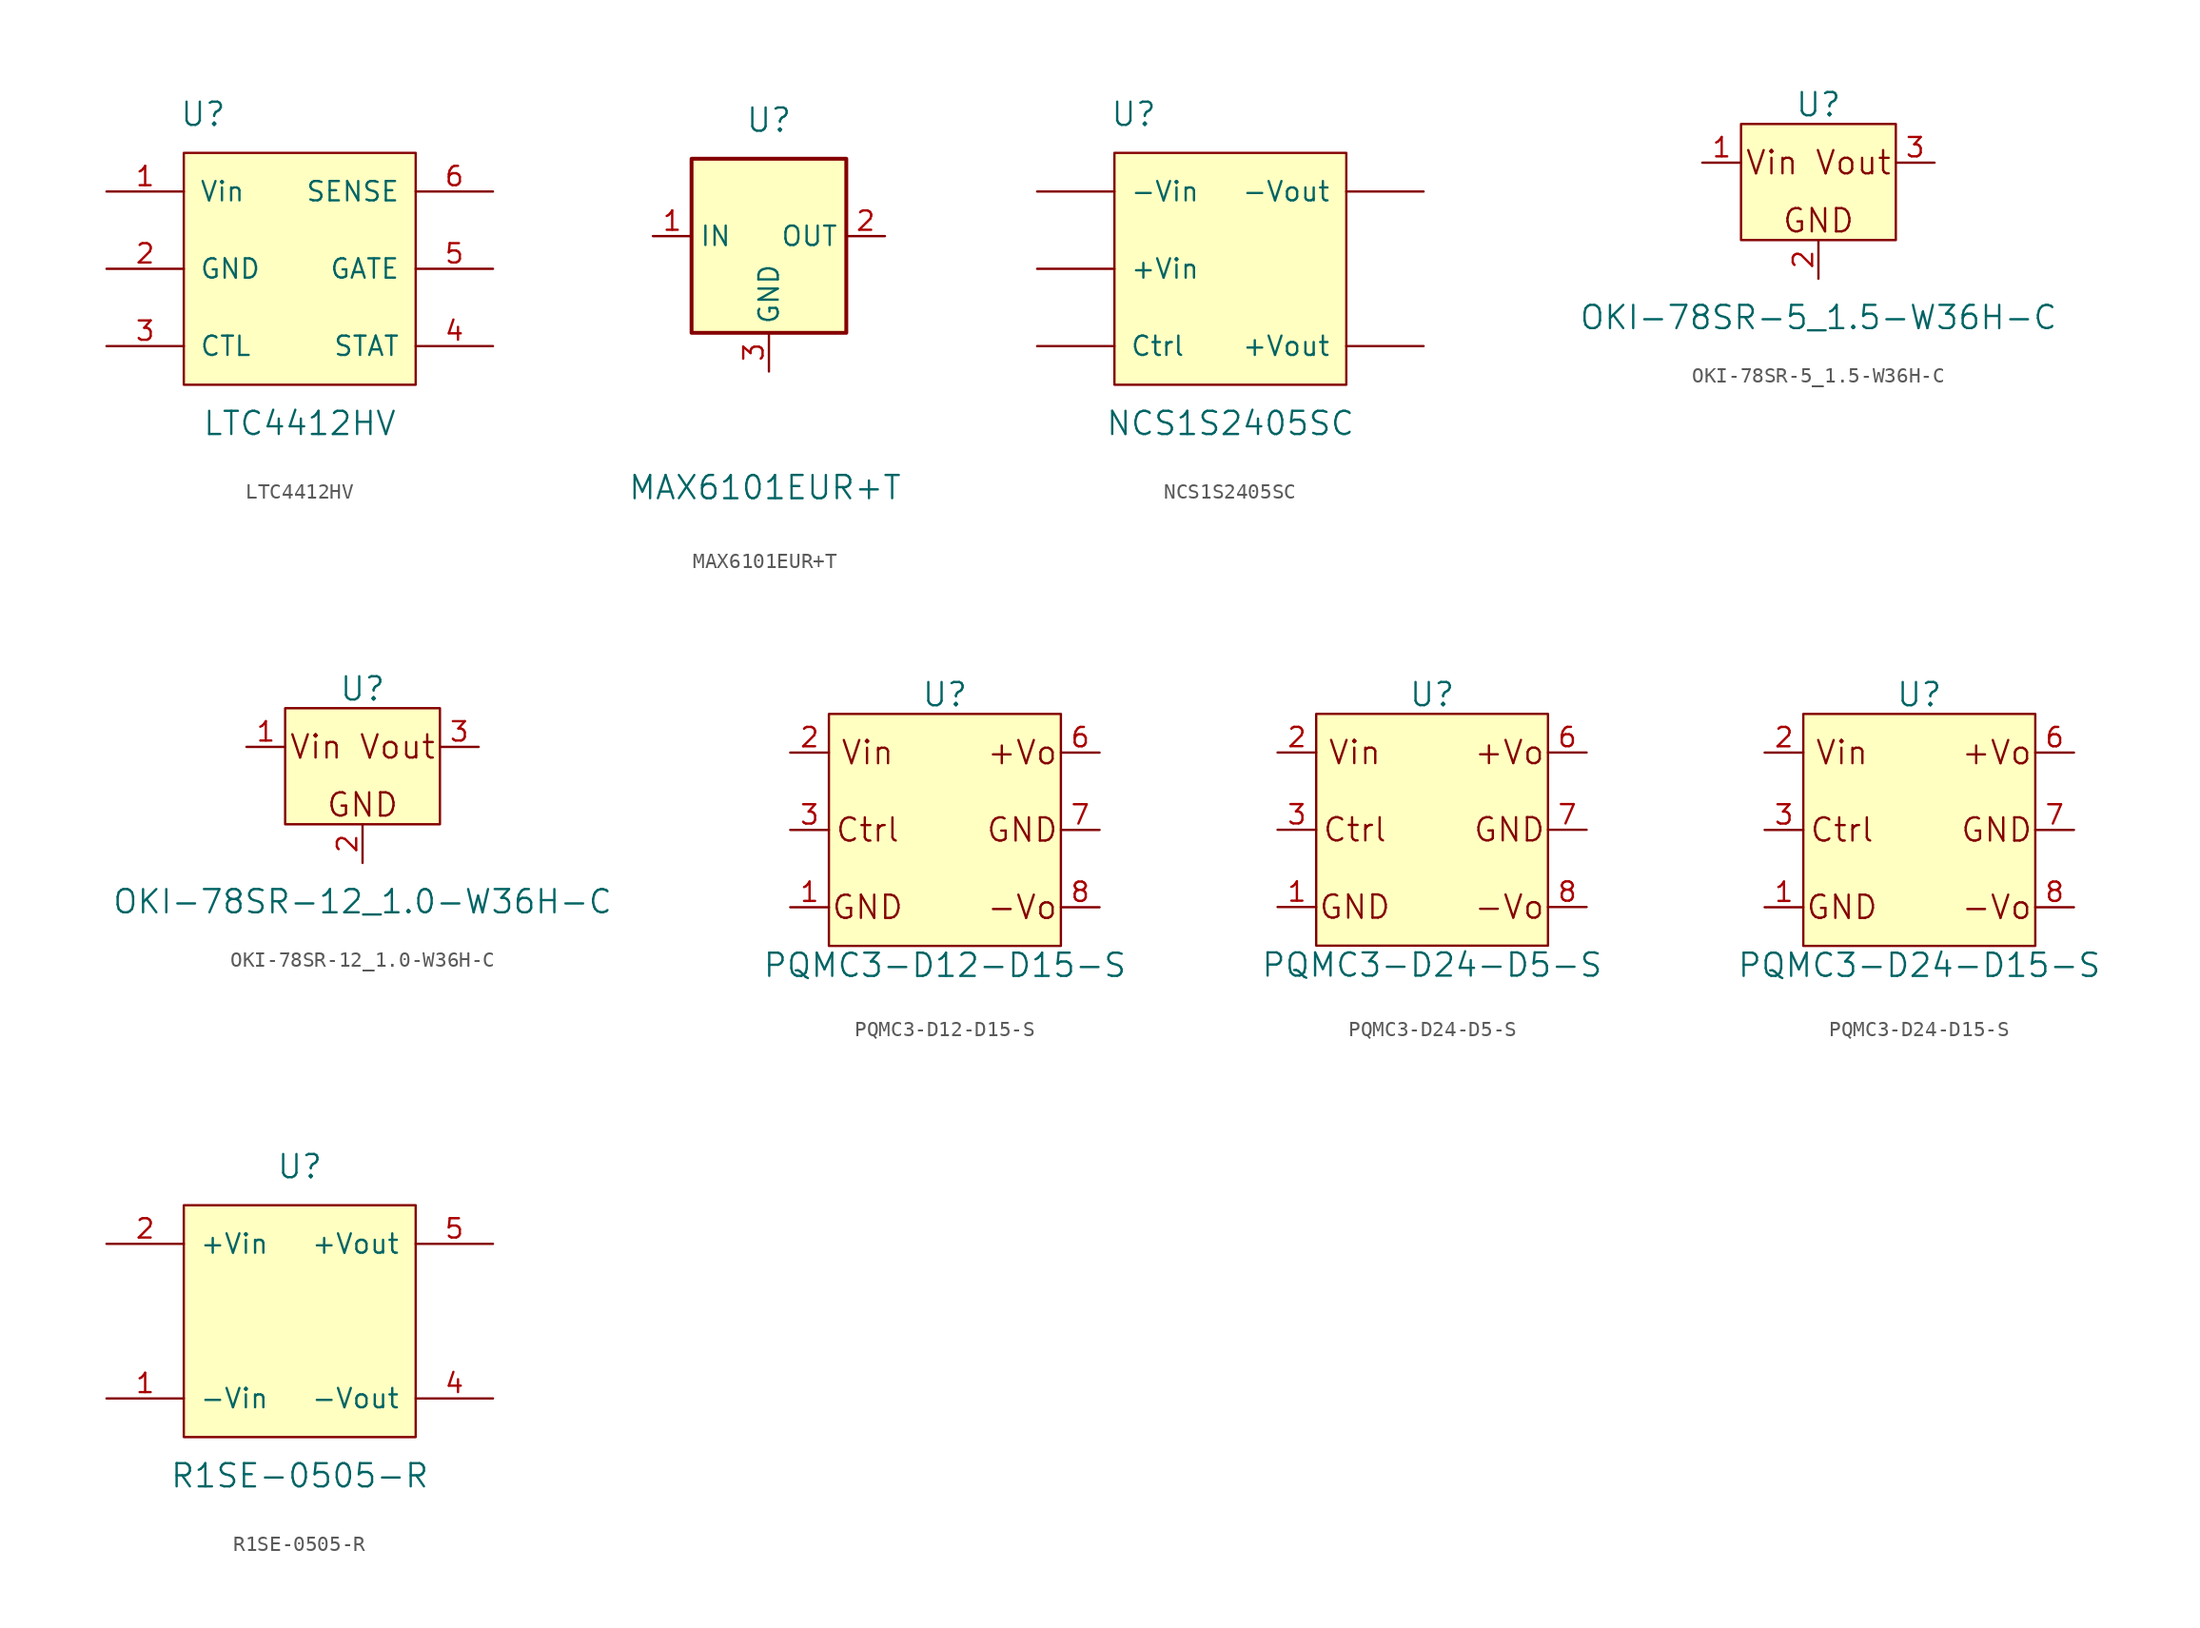
<source format=kicad_sym>
(kicad_symbol_lib
  (version 20220914)
  (generator kicad_symbol_editor)
  (symbol "LTC4412HV"
    (pin_names
      (offset 1.016))
    (property "Reference" "U"
      (at -6.35 10.16 0)
      (effects (font (size 1.524 1.524))))
    (property "Value" "LTC4412HV"
      (at 0 -10.16 0)
      (effects (font (size 1.524 1.524))))
    (symbol "LTC4412HV_0_1"
      (rectangle (start -7.62 7.62) (end 7.62 -7.62) (stroke (width 0) (type default)) (fill (type background))))
    (symbol "LTC4412HV_1_1"
      (pin passive line (at -12.7 5.08 0) (length 5.08) (name "Vin" (effects (font (size 1.27 1.27)))) (number "1" (effects (font (size 1.27 1.27)))))
      (pin passive line (at -12.7 0 0) (length 5.08) (name "GND" (effects (font (size 1.27 1.27)))) (number "2" (effects (font (size 1.27 1.27)))))
      (pin passive line (at -12.7 -5.08 0) (length 5.08) (name "CTL" (effects (font (size 1.27 1.27)))) (number "3" (effects (font (size 1.27 1.27)))))
      (pin passive line (at 12.7 -5.08 180) (length 5.08) (name "STAT" (effects (font (size 1.27 1.27)))) (number "4" (effects (font (size 1.27 1.27)))))
      (pin passive line (at 12.7 0 180) (length 5.08) (name "GATE" (effects (font (size 1.27 1.27)))) (number "5" (effects (font (size 1.27 1.27)))))
      (pin passive line (at 12.7 5.08 180) (length 5.08) (name "SENSE" (effects (font (size 1.27 1.27)))) (number "6" (effects (font (size 1.27 1.27)))))))
  (symbol "MAX6101EUR+T"
    (property "Reference" "U"
      (at 0 7.62 0)
      (effects (font (size 1.524 1.524))))
    (property "Value" "MAX6101EUR+T"
      (at -0.254 -16.51 0)
      (effects (font (size 1.524 1.524))))
    (symbol "MAX6101EUR+T_0_1"
      (rectangle (start -5.08 5.08) (end 5.08 -6.35) (stroke (width 0.254) (type default)) (fill (type background))))
    (symbol "MAX6101EUR+T_1_1"
      (pin input line (at -7.62 0 0) (length 2.54) (name "IN" (effects (font (size 1.27 1.27)))) (number "1" (effects (font (size 1.27 1.27)))))
      (pin output line (at 7.62 0 180) (length 2.54) (name "OUT" (effects (font (size 1.27 1.27)))) (number "2" (effects (font (size 1.27 1.27)))))
      (pin output line (at 0 -8.89 90) (length 2.54) (name "GND" (effects (font (size 1.27 1.27)))) (number "3" (effects (font (size 1.27 1.27)))))))
  (symbol "NCS1S2405SC"
    (pin_numbers hide)
    (pin_names
      (offset 1.016))
    (property "Reference" "U"
      (at -6.35 10.16 0)
      (effects (font (size 1.524 1.524))))
    (property "Value" "NCS1S2405SC"
      (at 0 -10.16 0)
      (effects (font (size 1.524 1.524))))
    (symbol "NCS1S2405SC_0_1"
      (rectangle (start -7.62 7.62) (end 7.62 -7.62) (stroke (width 0) (type default)) (fill (type background))))
    (symbol "NCS1S2405SC_1_1"
      (pin input line (at -12.7 5.08 0) (length 5.08) (name "-Vin" (effects (font (size 1.27 1.27)))) (number "1" (effects (font (size 1.27 1.27)))))
      (pin input line (at -12.7 0 0) (length 5.08) (name "+Vin" (effects (font (size 1.27 1.27)))) (number "2" (effects (font (size 1.27 1.27)))))
      (pin passive line (at -12.7 -5.08 0) (length 5.08) (name "Ctrl" (effects (font (size 1.27 1.27)))) (number "3" (effects (font (size 1.27 1.27)))))
      (pin input line (at 12.7 -5.08 180) (length 5.08) (name "+Vout" (effects (font (size 1.27 1.27)))) (number "6" (effects (font (size 1.27 1.27)))))
      (pin input line (at 12.7 5.08 180) (length 5.08) (name "-Vout" (effects (font (size 1.27 1.27)))) (number "7" (effects (font (size 1.27 1.27)))))))
  (symbol "OKI-78SR-5_1.5-W36H-C"
    (pin_names
      (offset 0) hide)
    (property "Reference" "U"
      (at 0 3.81 0)
      (effects (font (size 1.524 1.524))))
    (property "Value" "OKI-78SR-5_1.5-W36H-C"
      (at 0 -10.16 0)
      (effects (font (size 1.524 1.524))))
    (symbol "OKI-78SR-5_1.5-W36H-C_0_0"
      (text "GND" (at 0 -3.81 0) (effects (font (size 1.524 1.524))))
      (text "Vin" (at -3.048 0 0) (effects (font (size 1.524 1.524))))
      (text "Vout" (at 2.286 0 0) (effects (font (size 1.524 1.524)))))
    (symbol "OKI-78SR-5_1.5-W36H-C_0_1"
      (rectangle (start -5.08 -5.08) (end 5.08 2.54) (stroke (width 0) (type default)) (fill (type background))))
    (symbol "OKI-78SR-5_1.5-W36H-C_1_1"
      (pin input line (at -7.62 0 0) (length 2.54) (name "Vin" (effects (font (size 1.27 1.27)))) (number "1" (effects (font (size 1.27 1.27)))))
      (pin input line (at 0 -7.62 90) (length 2.54) (name "GND" (effects (font (size 1.27 1.27)))) (number "2" (effects (font (size 1.27 1.27)))))
      (pin input line (at 7.62 0 180) (length 2.54) (name "Vout" (effects (font (size 1.27 1.27)))) (number "3" (effects (font (size 1.27 1.27)))))))
  (symbol "OKI-78SR-12_1.0-W36H-C"
    (pin_names
      (offset 0) hide)
    (property "Reference" "U"
      (at 0 3.81 0)
      (effects (font (size 1.524 1.524))))
    (property "Value" "OKI-78SR-12_1.0-W36H-C"
      (at 0 -10.16 0)
      (effects (font (size 1.524 1.524))))
    (symbol "OKI-78SR-12_1.0-W36H-C_0_0"
      (text "GND" (at 0 -3.81 0) (effects (font (size 1.524 1.524))))
      (text "Vin" (at -3.048 0 0) (effects (font (size 1.524 1.524))))
      (text "Vout" (at 2.286 0 0) (effects (font (size 1.524 1.524)))))
    (symbol "OKI-78SR-12_1.0-W36H-C_0_1"
      (rectangle (start -5.08 -5.08) (end 5.08 2.54) (stroke (width 0) (type default)) (fill (type background))))
    (symbol "OKI-78SR-12_1.0-W36H-C_1_1"
      (pin input line (at -7.62 0 0) (length 2.54) (name "Vin" (effects (font (size 1.27 1.27)))) (number "1" (effects (font (size 1.27 1.27)))))
      (pin input line (at 0 -7.62 90) (length 2.54) (name "GND" (effects (font (size 1.27 1.27)))) (number "2" (effects (font (size 1.27 1.27)))))
      (pin input line (at 7.62 0 180) (length 2.54) (name "Vout" (effects (font (size 1.27 1.27)))) (number "3" (effects (font (size 1.27 1.27)))))))
  (symbol "PQMC3-D12-D15-S"
    (pin_names
      (offset 0) hide)
    (property "Reference" "U"
      (at 0 8.89 0)
      (effects (font (size 1.524 1.524))))
    (property "Value" "PQMC3-D12-D15-S"
      (at 0 -8.89 0)
      (effects (font (size 1.524 1.524))))
    (symbol "PQMC3-D12-D15-S_0_0"
      (rectangle (start -7.62 7.62) (end 7.62 -7.62) (stroke (width 0) (type default)) (fill (type background)))
      (text "+Vo" (at 5.08 5.08 0) (effects (font (size 1.524 1.524))))
      (text "-Vo" (at 5.08 -5.08 0) (effects (font (size 1.524 1.524))))
      (text "Ctrl" (at -5.08 0 0) (effects (font (size 1.524 1.524))))
      (text "GND" (at -5.08 -5.08 0) (effects (font (size 1.524 1.524))))
      (text "GND" (at 5.08 0 0) (effects (font (size 1.524 1.524))))
      (text "Vin" (at -5.08 5.08 0) (effects (font (size 1.524 1.524)))))
    (symbol "PQMC3-D12-D15-S_1_1"
      (pin input line (at -10.16 -5.08 0) (length 2.54) (name "GND_in" (effects (font (size 1.27 1.27)))) (number "1" (effects (font (size 1.27 1.27)))))
      (pin input line (at -10.16 5.08 0) (length 2.54) (name "Vin" (effects (font (size 1.27 1.27)))) (number "2" (effects (font (size 1.27 1.27)))))
      (pin input line (at -10.16 0 0) (length 2.54) (name "Ctrl" (effects (font (size 1.27 1.27)))) (number "3" (effects (font (size 1.27 1.27)))))
      (pin input line (at 10.16 5.08 180) (length 2.54) (name "VOP" (effects (font (size 1.27 1.27)))) (number "6" (effects (font (size 1.27 1.27)))))
      (pin input line (at 10.16 0 180) (length 2.54) (name "GND_out" (effects (font (size 1.27 1.27)))) (number "7" (effects (font (size 1.27 1.27)))))
      (pin input line (at 10.16 -5.08 180) (length 2.54) (name "VON" (effects (font (size 1.27 1.27)))) (number "8" (effects (font (size 1.27 1.27)))))))
  (symbol "PQMC3-D24-D5-S"
    (pin_names
      (offset 0) hide)
    (property "Reference" "U"
      (at 0 8.89 0)
      (effects (font (size 1.524 1.524))))
    (property "Value" "PQMC3-D24-D5-S"
      (at 0 -8.89 0)
      (effects (font (size 1.524 1.524))))
    (symbol "PQMC3-D24-D5-S_0_0"
      (rectangle (start -7.62 7.62) (end 7.62 -7.62) (stroke (width 0) (type default)) (fill (type background)))
      (text "+Vo" (at 5.08 5.08 0) (effects (font (size 1.524 1.524))))
      (text "-Vo" (at 5.08 -5.08 0) (effects (font (size 1.524 1.524))))
      (text "Ctrl" (at -5.08 0 0) (effects (font (size 1.524 1.524))))
      (text "GND" (at -5.08 -5.08 0) (effects (font (size 1.524 1.524))))
      (text "GND" (at 5.08 0 0) (effects (font (size 1.524 1.524))))
      (text "Vin" (at -5.08 5.08 0) (effects (font (size 1.524 1.524)))))
    (symbol "PQMC3-D24-D5-S_1_1"
      (pin input line (at -10.16 -5.08 0) (length 2.54) (name "GND_in" (effects (font (size 1.27 1.27)))) (number "1" (effects (font (size 1.27 1.27)))))
      (pin input line (at -10.16 5.08 0) (length 2.54) (name "Vin" (effects (font (size 1.27 1.27)))) (number "2" (effects (font (size 1.27 1.27)))))
      (pin input line (at -10.16 0 0) (length 2.54) (name "Ctrl" (effects (font (size 1.27 1.27)))) (number "3" (effects (font (size 1.27 1.27)))))
      (pin input line (at 10.16 5.08 180) (length 2.54) (name "VOP" (effects (font (size 1.27 1.27)))) (number "6" (effects (font (size 1.27 1.27)))))
      (pin input line (at 10.16 0 180) (length 2.54) (name "GND_out" (effects (font (size 1.27 1.27)))) (number "7" (effects (font (size 1.27 1.27)))))
      (pin input line (at 10.16 -5.08 180) (length 2.54) (name "VON" (effects (font (size 1.27 1.27)))) (number "8" (effects (font (size 1.27 1.27)))))))
  (symbol "PQMC3-D24-D15-S"
    (pin_names
      (offset 0) hide)
    (property "Reference" "U"
      (at 0 8.89 0)
      (effects (font (size 1.524 1.524))))
    (property "Value" "PQMC3-D24-D15-S"
      (at 0 -8.89 0)
      (effects (font (size 1.524 1.524))))
    (symbol "PQMC3-D24-D15-S_0_0"
      (rectangle (start -7.62 7.62) (end 7.62 -7.62) (stroke (width 0) (type default)) (fill (type background)))
      (text "+Vo" (at 5.08 5.08 0) (effects (font (size 1.524 1.524))))
      (text "-Vo" (at 5.08 -5.08 0) (effects (font (size 1.524 1.524))))
      (text "Ctrl" (at -5.08 0 0) (effects (font (size 1.524 1.524))))
      (text "GND" (at -5.08 -5.08 0) (effects (font (size 1.524 1.524))))
      (text "GND" (at 5.08 0 0) (effects (font (size 1.524 1.524))))
      (text "Vin" (at -5.08 5.08 0) (effects (font (size 1.524 1.524)))))
    (symbol "PQMC3-D24-D15-S_1_1"
      (pin input line (at -10.16 -5.08 0) (length 2.54) (name "GND_in" (effects (font (size 1.27 1.27)))) (number "1" (effects (font (size 1.27 1.27)))))
      (pin input line (at -10.16 5.08 0) (length 2.54) (name "Vin" (effects (font (size 1.27 1.27)))) (number "2" (effects (font (size 1.27 1.27)))))
      (pin input line (at -10.16 0 0) (length 2.54) (name "Ctrl" (effects (font (size 1.27 1.27)))) (number "3" (effects (font (size 1.27 1.27)))))
      (pin input line (at 10.16 5.08 180) (length 2.54) (name "VOP" (effects (font (size 1.27 1.27)))) (number "6" (effects (font (size 1.27 1.27)))))
      (pin input line (at 10.16 0 180) (length 2.54) (name "GND_out" (effects (font (size 1.27 1.27)))) (number "7" (effects (font (size 1.27 1.27)))))
      (pin input line (at 10.16 -5.08 180) (length 2.54) (name "VON" (effects (font (size 1.27 1.27)))) (number "8" (effects (font (size 1.27 1.27)))))))
  (symbol "R1SE-0505-R"
    (pin_names
      (offset 1.016))
    (property "Reference" "U"
      (at 0 10.16 0)
      (effects (font (size 1.524 1.524))))
    (property "Value" "R1SE-0505-R"
      (at 0 -10.16 0)
      (effects (font (size 1.524 1.524))))
    (symbol "R1SE-0505-R_0_1"
      (rectangle (start -7.62 7.62) (end 7.62 -7.62) (stroke (width 0) (type default)) (fill (type background))))
    (symbol "R1SE-0505-R_1_1"
      (pin input line (at -12.7 -5.08 0) (length 5.08) (name "-Vin" (effects (font (size 1.27 1.27)))) (number "1" (effects (font (size 1.27 1.27)))))
      (pin input line (at -12.7 5.08 0) (length 5.08) (name "+Vin" (effects (font (size 1.27 1.27)))) (number "2" (effects (font (size 1.27 1.27)))))
      (pin input line (at 12.7 -5.08 180) (length 5.08) (name "-Vout" (effects (font (size 1.27 1.27)))) (number "4" (effects (font (size 1.27 1.27)))))
      (pin input line (at 12.7 5.08 180) (length 5.08) (name "+Vout" (effects (font (size 1.27 1.27)))) (number "5" (effects (font (size 1.27 1.27))))))))
</source>
